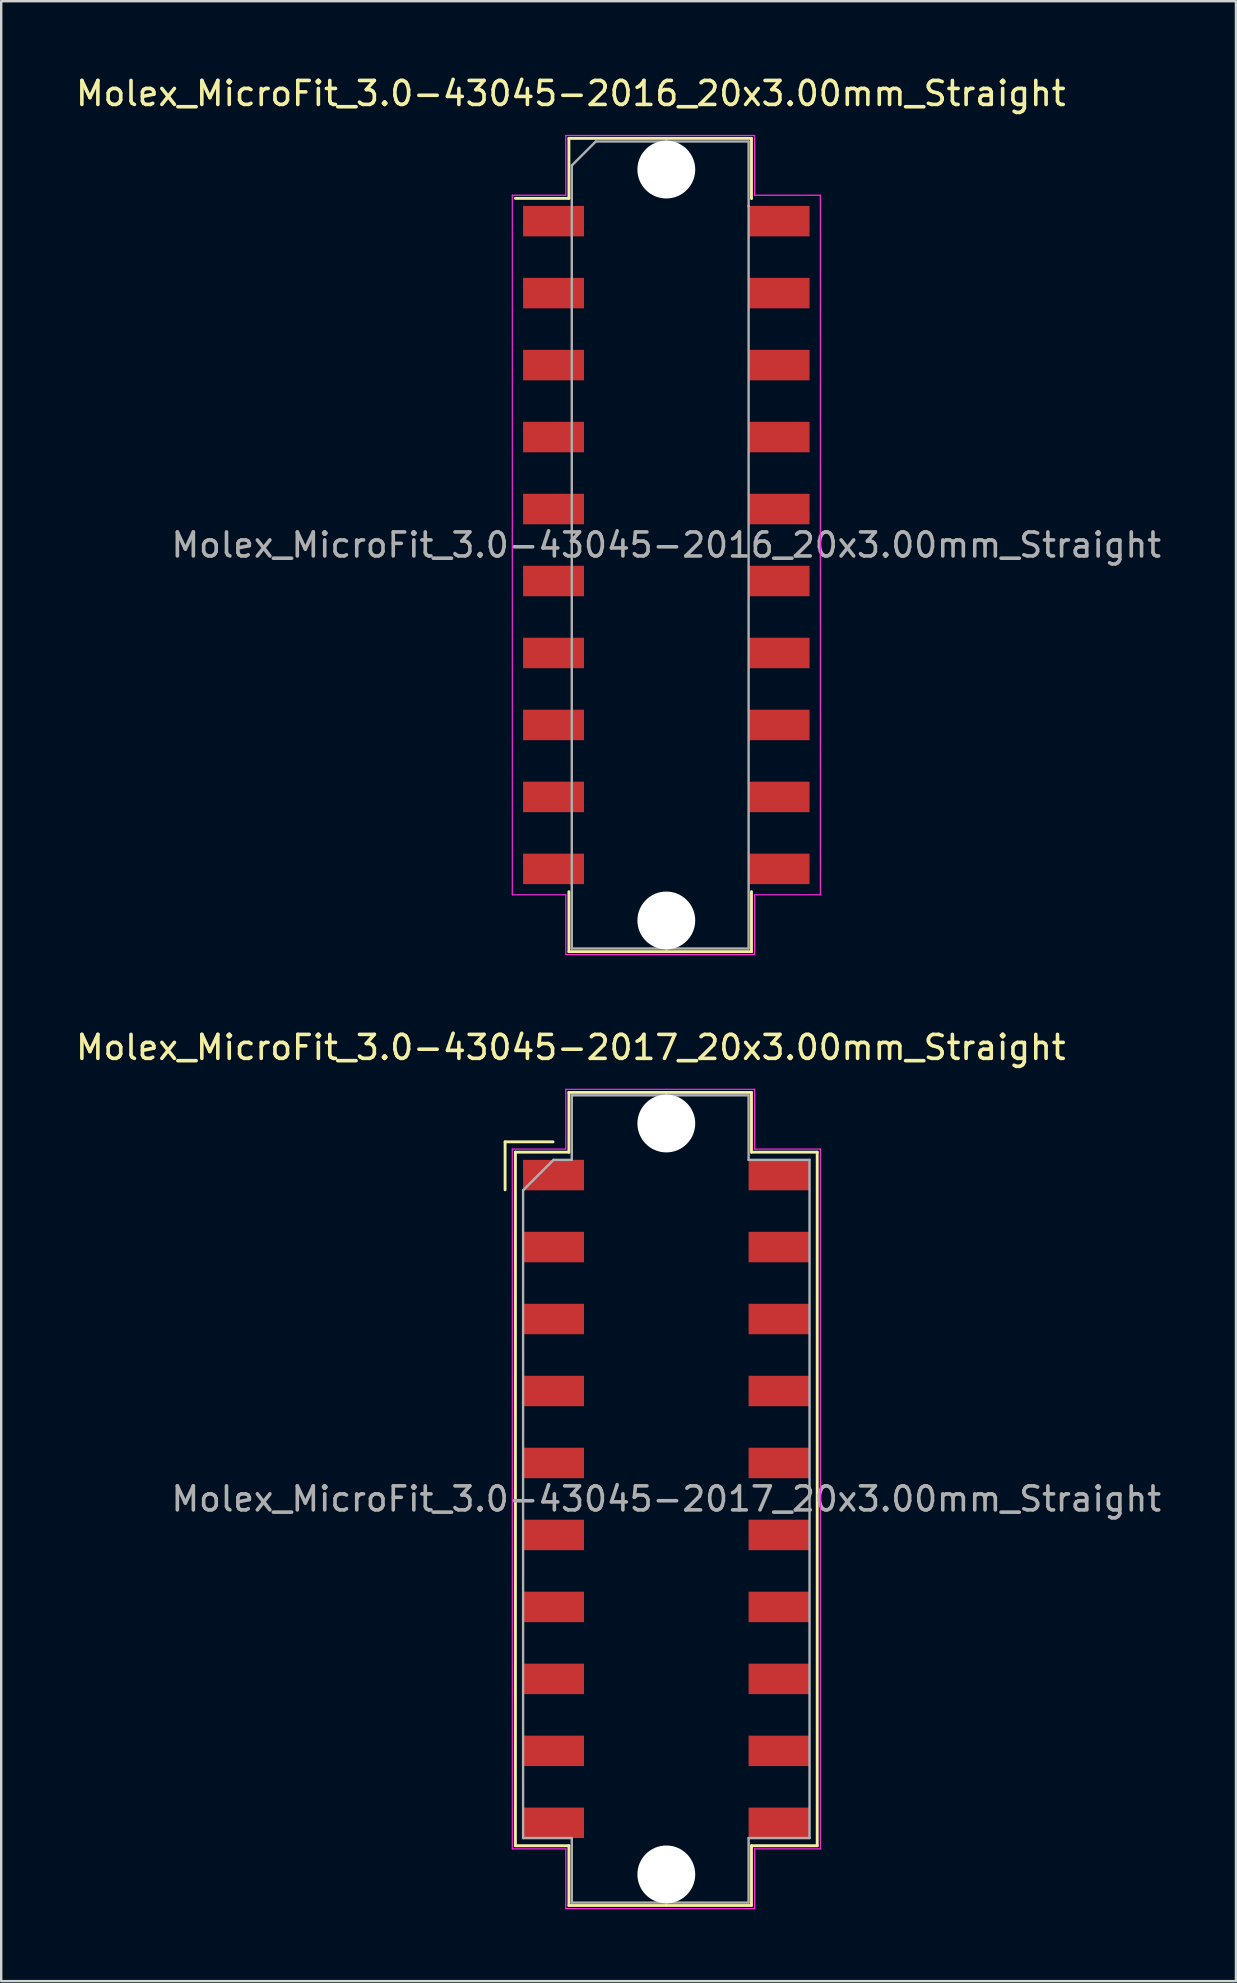
<source format=kicad_pcb>
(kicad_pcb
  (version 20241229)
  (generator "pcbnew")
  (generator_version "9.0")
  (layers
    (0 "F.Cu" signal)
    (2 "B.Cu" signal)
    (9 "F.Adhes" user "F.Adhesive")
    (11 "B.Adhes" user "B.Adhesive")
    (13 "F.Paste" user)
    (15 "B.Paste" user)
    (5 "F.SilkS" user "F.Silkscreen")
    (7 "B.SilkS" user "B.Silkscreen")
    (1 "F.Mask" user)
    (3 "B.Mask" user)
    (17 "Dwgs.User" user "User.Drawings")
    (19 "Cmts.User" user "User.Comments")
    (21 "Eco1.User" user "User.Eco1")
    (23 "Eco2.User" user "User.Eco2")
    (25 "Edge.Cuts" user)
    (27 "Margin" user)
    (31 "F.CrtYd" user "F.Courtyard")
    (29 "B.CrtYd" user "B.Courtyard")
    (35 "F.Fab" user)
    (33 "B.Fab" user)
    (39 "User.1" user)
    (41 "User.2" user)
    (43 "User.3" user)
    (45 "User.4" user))
  (footprint "Molex_MicroFit_3.0-43045-2017_20x3.00mm_Straight"
    (layer "F.Cu")
    (at 24.724 59.431)
    (property "Reference" "Molex_MicroFit_3.0-43045-2017_20x3.00mm_Straight" (at -3.98 -18.82 0) (layer "F.SilkS") (effects (font (size 1 1) (thickness 0.15))))
    (attr smd)
    (fp_line (start -6.72 -14.885) (end -6.72 -12.885) (stroke (width 0.12) (type solid)) (layer "F.SilkS"))
    (fp_line (start -6.29 -14.455) (end -4.06 -14.455) (stroke (width 0.12) (type solid)) (layer "F.SilkS"))
    (fp_line (start -6.29 14.455) (end -6.29 -14.455) (stroke (width 0.12) (type solid)) (layer "F.SilkS"))
    (fp_line (start -4.72 -14.885) (end -6.72 -14.885) (stroke (width 0.12) (type solid)) (layer "F.SilkS"))
    (fp_line (start -4.06 -16.945) (end 0 -16.945) (stroke (width 0.12) (type solid)) (layer "F.SilkS"))
    (fp_line (start -4.06 -14.455) (end -4.06 -16.945) (stroke (width 0.12) (type solid)) (layer "F.SilkS"))
    (fp_line (start -4.06 14.455) (end -6.29 14.455) (stroke (width 0.12) (type solid)) (layer "F.SilkS"))
    (fp_line (start -4.06 16.945) (end -4.06 14.455) (stroke (width 0.12) (type solid)) (layer "F.SilkS"))
    (fp_line (start 0 -16.945) (end 3.55 -16.945) (stroke (width 0.12) (type solid)) (layer "F.SilkS"))
    (fp_line (start 0 16.945) (end -4.06 16.945) (stroke (width 0.12) (type solid)) (layer "F.SilkS"))
    (fp_line (start 3.55 -16.945) (end 3.55 -14.455) (stroke (width 0.12) (type solid)) (layer "F.SilkS"))
    (fp_line (start 3.55 -14.455) (end 6.29 -14.455) (stroke (width 0.12) (type solid)) (layer "F.SilkS"))
    (fp_line (start 3.55 14.455) (end 3.55 16.945) (stroke (width 0.12) (type solid)) (layer "F.SilkS"))
    (fp_line (start 3.55 16.945) (end 0 16.945) (stroke (width 0.12) (type solid)) (layer "F.SilkS"))
    (fp_line (start 6.29 -14.455) (end 6.29 14.455) (stroke (width 0.12) (type solid)) (layer "F.SilkS"))
    (fp_line (start 6.29 14.455) (end 3.55 14.455) (stroke (width 0.12) (type solid)) (layer "F.SilkS"))
    (fp_line (start -6.42 -14.585) (end -4.19 -14.585) (stroke (width 0.05) (type solid)) (layer "F.CrtYd"))
    (fp_line (start -6.42 14.585) (end -6.42 -14.585) (stroke (width 0.05) (type solid)) (layer "F.CrtYd"))
    (fp_line (start -4.19 -17.075) (end 0 -17.075) (stroke (width 0.05) (type solid)) (layer "F.CrtYd"))
    (fp_line (start -4.19 -14.585) (end -4.19 -17.075) (stroke (width 0.05) (type solid)) (layer "F.CrtYd"))
    (fp_line (start -4.19 14.585) (end -6.42 14.585) (stroke (width 0.05) (type solid)) (layer "F.CrtYd"))
    (fp_line (start -4.19 17.075) (end -4.19 14.585) (stroke (width 0.05) (type solid)) (layer "F.CrtYd"))
    (fp_line (start 0 -17.075) (end 3.68 -17.075) (stroke (width 0.05) (type solid)) (layer "F.CrtYd"))
    (fp_line (start 0 17.075) (end -4.19 17.075) (stroke (width 0.05) (type solid)) (layer "F.CrtYd"))
    (fp_line (start 3.68 -17.075) (end 3.68 -14.585) (stroke (width 0.05) (type solid)) (layer "F.CrtYd"))
    (fp_line (start 3.68 -14.585) (end 6.42 -14.585) (stroke (width 0.05) (type solid)) (layer "F.CrtYd"))
    (fp_line (start 3.68 14.585) (end 3.68 17.075) (stroke (width 0.05) (type solid)) (layer "F.CrtYd"))
    (fp_line (start 3.68 17.075) (end 0 17.075) (stroke (width 0.05) (type solid)) (layer "F.CrtYd"))
    (fp_line (start 6.42 -14.585) (end 6.42 14.585) (stroke (width 0.05) (type solid)) (layer "F.CrtYd"))
    (fp_line (start 6.42 14.585) (end 3.68 14.585) (stroke (width 0.05) (type solid)) (layer "F.CrtYd"))
    (fp_line (start -5.97 -12.865) (end -4.7 -14.135) (stroke (width 0.1) (type solid)) (layer "F.Fab"))
    (fp_line (start -5.97 14.135) (end -5.97 -12.865) (stroke (width 0.1) (type solid)) (layer "F.Fab"))
    (fp_line (start -4.7 -14.135) (end -3.94 -14.135) (stroke (width 0.1) (type solid)) (layer "F.Fab"))
    (fp_line (start -3.94 -16.825) (end 0 -16.825) (stroke (width 0.1) (type solid)) (layer "F.Fab"))
    (fp_line (start -3.94 -14.135) (end -3.94 -16.825) (stroke (width 0.1) (type solid)) (layer "F.Fab"))
    (fp_line (start -3.94 14.135) (end -5.97 14.135) (stroke (width 0.1) (type solid)) (layer "F.Fab"))
    (fp_line (start -3.94 16.825) (end -3.94 14.135) (stroke (width 0.1) (type solid)) (layer "F.Fab"))
    (fp_line (start 0 -16.825) (end 3.43 -16.825) (stroke (width 0.1) (type solid)) (layer "F.Fab"))
    (fp_line (start 0 16.825) (end -3.94 16.825) (stroke (width 0.1) (type solid)) (layer "F.Fab"))
    (fp_line (start 3.43 -16.825) (end 3.43 -14.135) (stroke (width 0.1) (type solid)) (layer "F.Fab"))
    (fp_line (start 3.43 -14.135) (end 5.97 -14.135) (stroke (width 0.1) (type solid)) (layer "F.Fab"))
    (fp_line (start 3.43 14.135) (end 3.43 16.825) (stroke (width 0.1) (type solid)) (layer "F.Fab"))
    (fp_line (start 3.43 16.825) (end 0 16.825) (stroke (width 0.1) (type solid)) (layer "F.Fab"))
    (fp_line (start 5.97 -14.135) (end 5.97 14.135) (stroke (width 0.1) (type solid)) (layer "F.Fab"))
    (fp_line (start 5.97 14.135) (end 3.43 14.135) (stroke (width 0.1) (type solid)) (layer "F.Fab"))
    (fp_text user "${REFERENCE}" (at 0 0 0) (layer "F.Fab") (effects (font (size 1 1) (thickness 0.15))))
    (pad "" np_thru_hole circle (at 0 -15.65) (size 2.41 2.41) (drill 2.41) (layers "*.Cu"))
    (pad "" np_thru_hole circle (at 0 15.65) (size 2.41 2.41) (drill 2.41) (layers "*.Cu"))
    (pad "1" smd rect (at -4.7 -13.5) (size 2.54 1.27) (layers "F.Cu" "F.Mask" "F.Paste"))
    (pad "2" smd rect (at -4.7 -10.5) (size 2.54 1.27) (layers "F.Cu" "F.Mask" "F.Paste"))
    (pad "3" smd rect (at -4.7 -7.5) (size 2.54 1.27) (layers "F.Cu" "F.Mask" "F.Paste"))
    (pad "4" smd rect (at -4.7 -4.5) (size 2.54 1.27) (layers "F.Cu" "F.Mask" "F.Paste"))
    (pad "5" smd rect (at -4.7 -1.5) (size 2.54 1.27) (layers "F.Cu" "F.Mask" "F.Paste"))
    (pad "6" smd rect (at -4.7 1.5) (size 2.54 1.27) (layers "F.Cu" "F.Mask" "F.Paste"))
    (pad "7" smd rect (at -4.7 4.5) (size 2.54 1.27) (layers "F.Cu" "F.Mask" "F.Paste"))
    (pad "8" smd rect (at -4.7 7.5) (size 2.54 1.27) (layers "F.Cu" "F.Mask" "F.Paste"))
    (pad "9" smd rect (at -4.7 10.5) (size 2.54 1.27) (layers "F.Cu" "F.Mask" "F.Paste"))
    (pad "10" smd rect (at -4.7 13.5) (size 2.54 1.27) (layers "F.Cu" "F.Mask" "F.Paste"))
    (pad "11" smd rect (at 4.7 13.5) (size 2.54 1.27) (layers "F.Cu" "F.Mask" "F.Paste"))
    (pad "12" smd rect (at 4.7 10.5) (size 2.54 1.27) (layers "F.Cu" "F.Mask" "F.Paste"))
    (pad "13" smd rect (at 4.7 7.5) (size 2.54 1.27) (layers "F.Cu" "F.Mask" "F.Paste"))
    (pad "14" smd rect (at 4.7 4.5) (size 2.54 1.27) (layers "F.Cu" "F.Mask" "F.Paste"))
    (pad "15" smd rect (at 4.7 1.5) (size 2.54 1.27) (layers "F.Cu" "F.Mask" "F.Paste"))
    (pad "16" smd rect (at 4.7 -1.5) (size 2.54 1.27) (layers "F.Cu" "F.Mask" "F.Paste"))
    (pad "17" smd rect (at 4.7 -4.5) (size 2.54 1.27) (layers "F.Cu" "F.Mask" "F.Paste"))
    (pad "18" smd rect (at 4.7 -7.5) (size 2.54 1.27) (layers "F.Cu" "F.Mask" "F.Paste"))
    (pad "19" smd rect (at 4.7 -10.5) (size 2.54 1.27) (layers "F.Cu" "F.Mask" "F.Paste"))
    (pad "20" smd rect (at 4.7 -13.5) (size 2.54 1.27) (layers "F.Cu" "F.Mask" "F.Paste")))
  (footprint "Molex_MicroFit_3.0-43045-2016_20x3.00mm_Straight"
    (layer "F.Cu")
    (at 24.724 19.668)
    (property "Reference" "Molex_MicroFit_3.0-43045-2016_20x3.00mm_Straight" (at -3.98 -18.82 0) (layer "F.SilkS") (effects (font (size 1 1) (thickness 0.15))))
    (attr smd)
    (fp_line (start -6.29 -14.45) (end -4.06 -14.45) (stroke (width 0.12) (type solid)) (layer "F.SilkS"))
    (fp_line (start -4.06 -16.95) (end 0 -16.95) (stroke (width 0.12) (type solid)) (layer "F.SilkS"))
    (fp_line (start -4.06 -14.45) (end -4.06 -16.95) (stroke (width 0.12) (type solid)) (layer "F.SilkS"))
    (fp_line (start -4.06 16.95) (end -4.06 14.45) (stroke (width 0.12) (type solid)) (layer "F.SilkS"))
    (fp_line (start 0 -16.95) (end 3.55 -16.95) (stroke (width 0.12) (type solid)) (layer "F.SilkS"))
    (fp_line (start 0 16.95) (end -4.06 16.95) (stroke (width 0.12) (type solid)) (layer "F.SilkS"))
    (fp_line (start 3.55 -16.95) (end 3.55 -14.45) (stroke (width 0.12) (type solid)) (layer "F.SilkS"))
    (fp_line (start 3.55 -14.45) (end 3.55 -14.45) (stroke (width 0.12) (type solid)) (layer "F.SilkS"))
    (fp_line (start 3.55 14.45) (end 3.55 16.95) (stroke (width 0.12) (type solid)) (layer "F.SilkS"))
    (fp_line (start 3.55 16.95) (end 0 16.95) (stroke (width 0.12) (type solid)) (layer "F.SilkS"))
    (fp_line (start -6.42 -14.58) (end -4.19 -14.58) (stroke (width 0.05) (type solid)) (layer "F.CrtYd"))
    (fp_line (start -6.42 14.58) (end -6.42 -14.58) (stroke (width 0.05) (type solid)) (layer "F.CrtYd"))
    (fp_line (start -4.19 -17.07) (end 0 -17.07) (stroke (width 0.05) (type solid)) (layer "F.CrtYd"))
    (fp_line (start -4.19 -14.58) (end -4.19 -17.07) (stroke (width 0.05) (type solid)) (layer "F.CrtYd"))
    (fp_line (start -4.19 14.58) (end -6.42 14.58) (stroke (width 0.05) (type solid)) (layer "F.CrtYd"))
    (fp_line (start -4.19 17.07) (end -4.19 14.58) (stroke (width 0.05) (type solid)) (layer "F.CrtYd"))
    (fp_line (start 0 -17.07) (end 3.68 -17.07) (stroke (width 0.05) (type solid)) (layer "F.CrtYd"))
    (fp_line (start 0 17.07) (end -4.19 17.07) (stroke (width 0.05) (type solid)) (layer "F.CrtYd"))
    (fp_line (start 3.68 -17.07) (end 3.68 -14.58) (stroke (width 0.05) (type solid)) (layer "F.CrtYd"))
    (fp_line (start 3.68 -14.58) (end 3.68 -14.58) (stroke (width 0.05) (type solid)) (layer "F.CrtYd"))
    (fp_line (start 3.68 -14.58) (end 6.42 -14.58) (stroke (width 0.05) (type solid)) (layer "F.CrtYd"))
    (fp_line (start 3.68 14.58) (end 3.68 17.07) (stroke (width 0.05) (type solid)) (layer "F.CrtYd"))
    (fp_line (start 3.68 17.07) (end 0 17.07) (stroke (width 0.05) (type solid)) (layer "F.CrtYd"))
    (fp_line (start 6.42 -14.58) (end 6.42 14.58) (stroke (width 0.05) (type solid)) (layer "F.CrtYd"))
    (fp_line (start 6.42 14.58) (end 3.68 14.58) (stroke (width 0.05) (type solid)) (layer "F.CrtYd"))
    (fp_line (start -3.94 -15.82) (end -2.94 -16.82) (stroke (width 0.1) (type solid)) (layer "F.Fab"))
    (fp_line (start -3.94 14.13) (end -3.94 -15.82) (stroke (width 0.1) (type solid)) (layer "F.Fab"))
    (fp_line (start -3.94 16.82) (end -3.94 14.13) (stroke (width 0.1) (type solid)) (layer "F.Fab"))
    (fp_line (start -2.94 -16.82) (end 0 -16.82) (stroke (width 0.1) (type solid)) (layer "F.Fab"))
    (fp_line (start 0 -16.82) (end 3.43 -16.82) (stroke (width 0.1) (type solid)) (layer "F.Fab"))
    (fp_line (start 0 16.82) (end -3.94 16.82) (stroke (width 0.1) (type solid)) (layer "F.Fab"))
    (fp_line (start 3.43 -16.82) (end 3.43 -14.13) (stroke (width 0.1) (type solid)) (layer "F.Fab"))
    (fp_line (start 3.43 -14.13) (end 3.43 -14.13) (stroke (width 0.1) (type solid)) (layer "F.Fab"))
    (fp_line (start 3.43 -14.13) (end 3.43 16.82) (stroke (width 0.1) (type solid)) (layer "F.Fab"))
    (fp_line (start 3.43 16.82) (end 0 16.82) (stroke (width 0.1) (type solid)) (layer "F.Fab"))
    (fp_text user "${REFERENCE}" (at 0 0 0) (layer "F.Fab") (effects (font (size 1 1) (thickness 0.15))))
    (pad "" np_thru_hole circle (at 0 -15.65) (size 2.41 2.41) (drill 2.41) (layers "*.Cu"))
    (pad "" np_thru_hole circle (at 0 15.65) (size 2.41 2.41) (drill 2.41) (layers "*.Cu"))
    (pad "1" smd rect (at -4.7 -13.5) (size 2.54 1.27) (layers "F.Cu" "F.Mask" "F.Paste"))
    (pad "2" smd rect (at -4.7 -10.5) (size 2.54 1.27) (layers "F.Cu" "F.Mask" "F.Paste"))
    (pad "3" smd rect (at -4.7 -7.5) (size 2.54 1.27) (layers "F.Cu" "F.Mask" "F.Paste"))
    (pad "4" smd rect (at -4.7 -4.5) (size 2.54 1.27) (layers "F.Cu" "F.Mask" "F.Paste"))
    (pad "5" smd rect (at -4.7 -1.5) (size 2.54 1.27) (layers "F.Cu" "F.Mask" "F.Paste"))
    (pad "6" smd rect (at -4.7 1.5) (size 2.54 1.27) (layers "F.Cu" "F.Mask" "F.Paste"))
    (pad "7" smd rect (at -4.7 4.5) (size 2.54 1.27) (layers "F.Cu" "F.Mask" "F.Paste"))
    (pad "8" smd rect (at -4.7 7.5) (size 2.54 1.27) (layers "F.Cu" "F.Mask" "F.Paste"))
    (pad "9" smd rect (at -4.7 10.5) (size 2.54 1.27) (layers "F.Cu" "F.Mask" "F.Paste"))
    (pad "10" smd rect (at -4.7 13.5) (size 2.54 1.27) (layers "F.Cu" "F.Mask" "F.Paste"))
    (pad "11" smd rect (at 4.7 13.5) (size 2.54 1.27) (layers "F.Cu" "F.Mask" "F.Paste"))
    (pad "12" smd rect (at 4.7 10.5) (size 2.54 1.27) (layers "F.Cu" "F.Mask" "F.Paste"))
    (pad "13" smd rect (at 4.7 7.5) (size 2.54 1.27) (layers "F.Cu" "F.Mask" "F.Paste"))
    (pad "14" smd rect (at 4.7 4.5) (size 2.54 1.27) (layers "F.Cu" "F.Mask" "F.Paste"))
    (pad "15" smd rect (at 4.7 1.5) (size 2.54 1.27) (layers "F.Cu" "F.Mask" "F.Paste"))
    (pad "16" smd rect (at 4.7 -1.5) (size 2.54 1.27) (layers "F.Cu" "F.Mask" "F.Paste"))
    (pad "17" smd rect (at 4.7 -4.5) (size 2.54 1.27) (layers "F.Cu" "F.Mask" "F.Paste"))
    (pad "18" smd rect (at 4.7 -7.5) (size 2.54 1.27) (layers "F.Cu" "F.Mask" "F.Paste"))
    (pad "19" smd rect (at 4.7 -10.5) (size 2.54 1.27) (layers "F.Cu" "F.Mask" "F.Paste"))
    (pad "20" smd rect (at 4.7 -13.5) (size 2.54 1.27) (layers "F.Cu" "F.Mask" "F.Paste")))
  (gr_rect
    (start -3 -3)
    (end 48.468 79.531)
    (stroke (width 0.1) (type default))
    (fill no)
    (layer "Edge.Cuts")))
</source>
